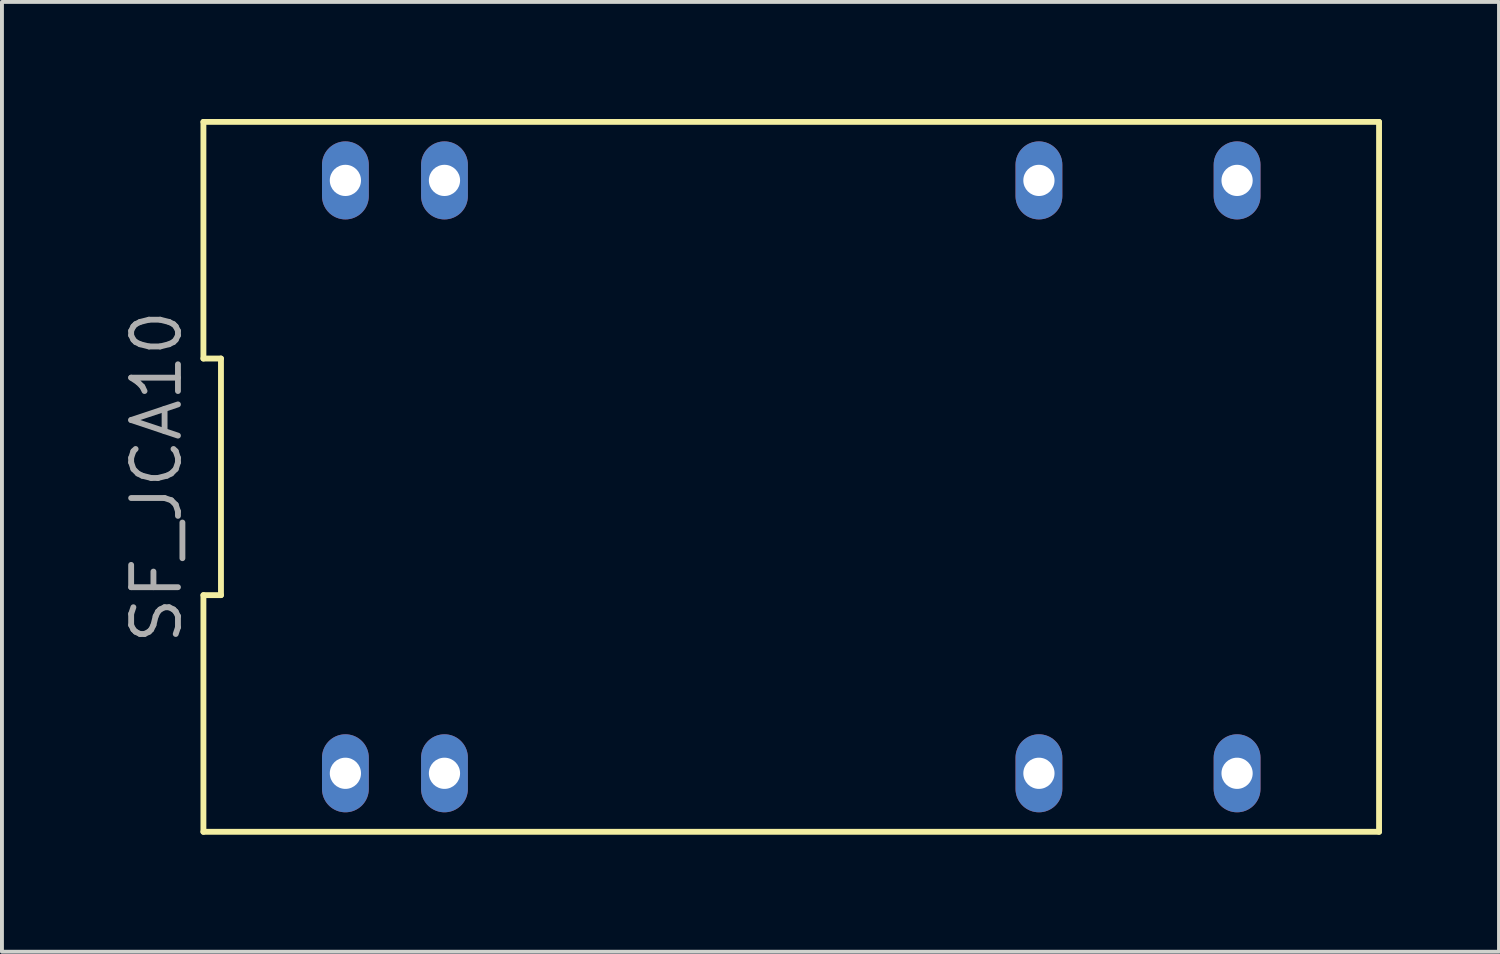
<source format=kicad_pcb>
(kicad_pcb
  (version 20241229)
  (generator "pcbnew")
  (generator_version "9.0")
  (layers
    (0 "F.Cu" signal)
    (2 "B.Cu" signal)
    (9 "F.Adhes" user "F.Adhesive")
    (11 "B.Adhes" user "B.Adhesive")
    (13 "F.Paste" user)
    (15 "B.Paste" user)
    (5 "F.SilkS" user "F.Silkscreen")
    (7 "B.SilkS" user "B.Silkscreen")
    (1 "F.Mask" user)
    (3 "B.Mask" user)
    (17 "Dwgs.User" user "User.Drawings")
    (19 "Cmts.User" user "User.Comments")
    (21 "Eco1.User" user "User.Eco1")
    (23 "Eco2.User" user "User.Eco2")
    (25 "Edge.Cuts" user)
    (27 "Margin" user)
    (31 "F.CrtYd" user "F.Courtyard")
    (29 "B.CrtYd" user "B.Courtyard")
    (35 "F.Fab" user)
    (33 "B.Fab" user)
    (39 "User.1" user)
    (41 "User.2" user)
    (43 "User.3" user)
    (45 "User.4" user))
  (footprint "SF_JCA10"
    (layer "F.Cu")
    (at 17.235 9.175)
    (property "Reference" "SF_JCA10" (at -16.27 0 90) (layer "F.Fab") (effects (font (size 1.2 1.2) (thickness 0.15))))
    (attr through_hole)
    (fp_line (start -15.07 -9.1) (end -15.07 -3.033) (stroke (width 0.15) (type solid)) (layer "F.SilkS"))
    (fp_line (start -15.07 -3.033) (end -14.62 -3.033) (stroke (width 0.15) (type solid)) (layer "F.SilkS"))
    (fp_line (start -15.07 3.033) (end -15.07 9.1) (stroke (width 0.15) (type solid)) (layer "F.SilkS"))
    (fp_line (start -15.07 9.1) (end 15.07 9.1) (stroke (width 0.15) (type solid)) (layer "F.SilkS"))
    (fp_line (start -14.62 -3.033) (end -14.62 3.033) (stroke (width 0.15) (type solid)) (layer "F.SilkS"))
    (fp_line (start -14.62 3.033) (end -15.07 3.033) (stroke (width 0.15) (type solid)) (layer "F.SilkS"))
    (fp_line (start 15.07 -9.1) (end -15.07 -9.1) (stroke (width 0.15) (type solid)) (layer "F.SilkS"))
    (fp_line (start 15.07 9.1) (end 15.07 -9.1) (stroke (width 0.15) (type solid)) (layer "F.SilkS"))
    (pad "2" thru_hole oval (at -11.43 7.6) (size 1.2 2) (drill 0.8) (layers "*.Cu" "*.Mask"))
    (pad "3" thru_hole oval (at -8.89 7.6) (size 1.2 2) (drill 0.8) (layers "*.Cu" "*.Mask"))
    (pad "9" thru_hole oval (at 6.35 7.6) (size 1.2 2) (drill 0.8) (layers "*.Cu" "*.Mask"))
    (pad "11" thru_hole oval (at 11.43 7.6) (size 1.2 2) (drill 0.8) (layers "*.Cu" "*.Mask"))
    (pad "14" thru_hole oval (at 11.43 -7.6) (size 1.2 2) (drill 0.8) (layers "*.Cu" "*.Mask"))
    (pad "16" thru_hole oval (at 6.35 -7.6) (size 1.2 2) (drill 0.8) (layers "*.Cu" "*.Mask"))
    (pad "22" thru_hole oval (at -8.89 -7.6) (size 1.2 2) (drill 0.8) (layers "*.Cu" "*.Mask"))
    (pad "23" thru_hole oval (at -11.43 -7.6) (size 1.2 2) (drill 0.8) (layers "*.Cu" "*.Mask")))
  (gr_rect
    (start -3 -3)
    (end 35.38 21.35)
    (stroke (width 0.1) (type default))
    (fill no)
    (layer "Edge.Cuts")))
</source>
